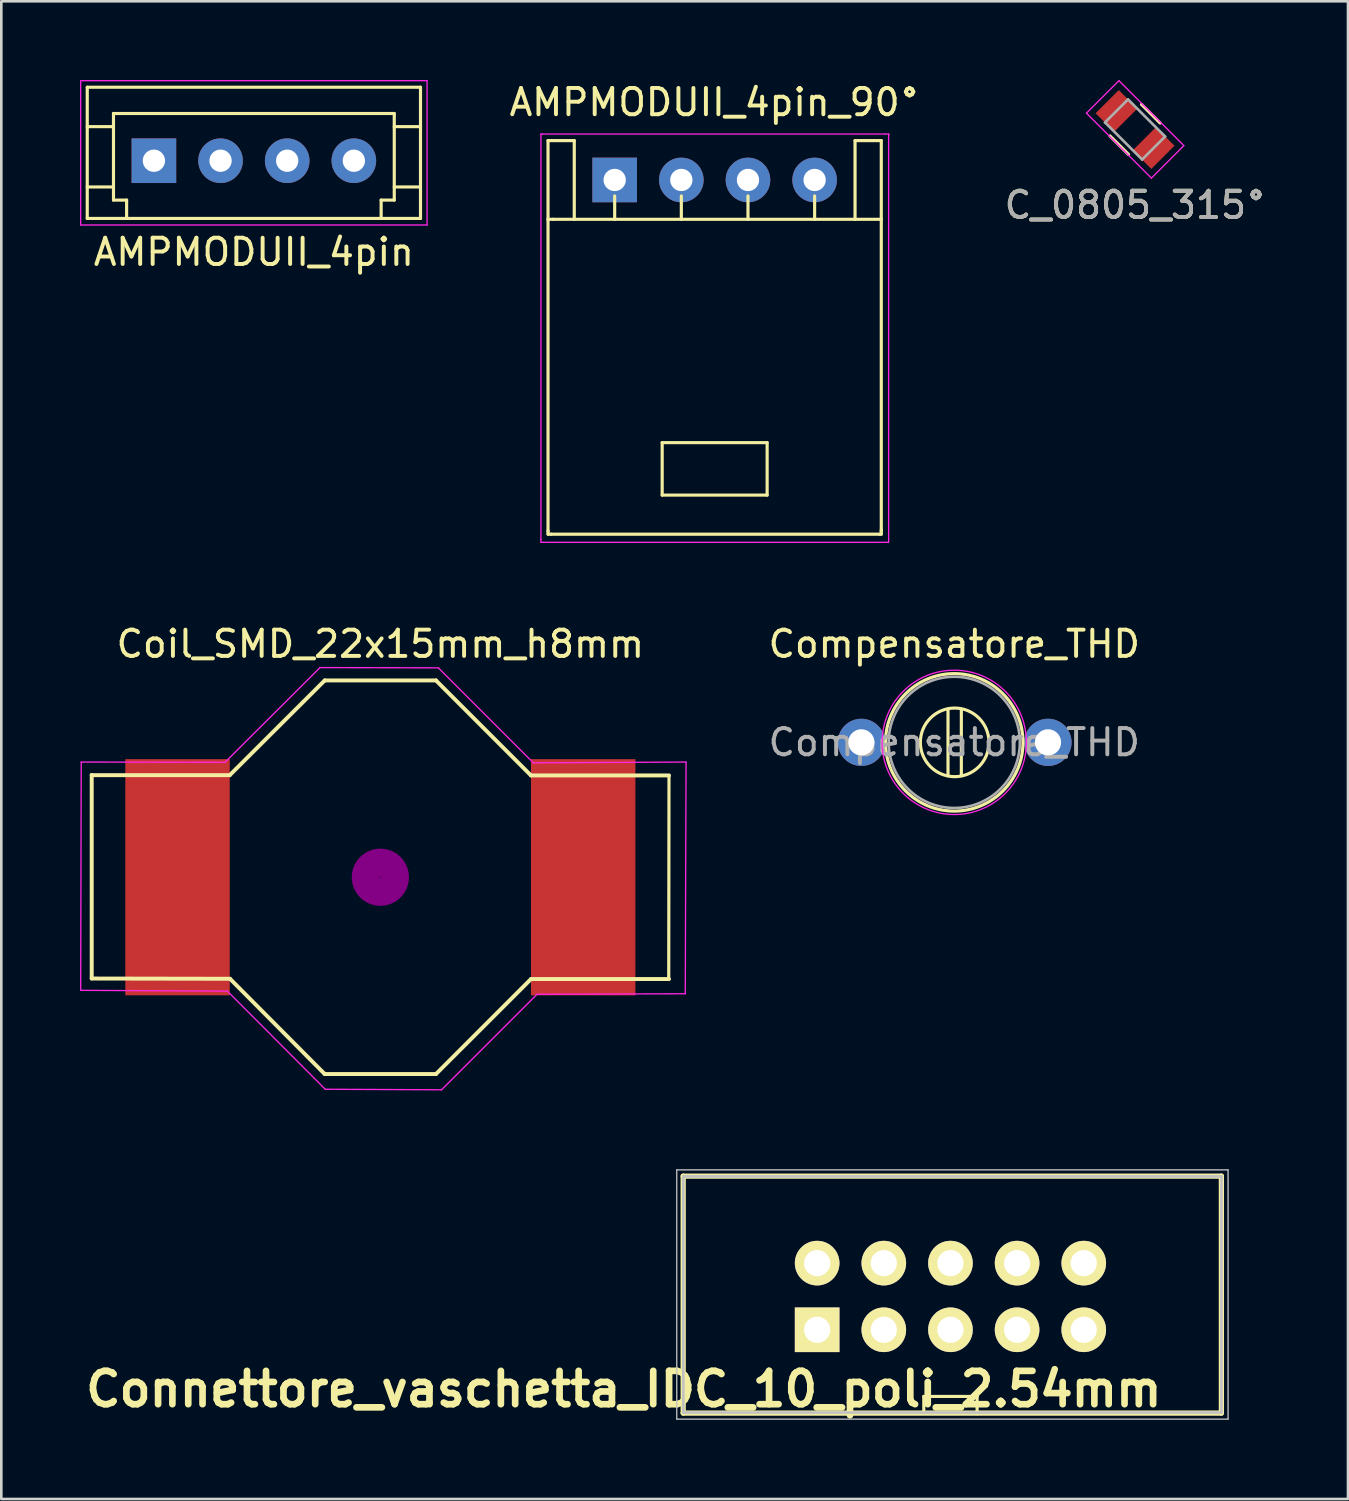
<source format=kicad_pcb>
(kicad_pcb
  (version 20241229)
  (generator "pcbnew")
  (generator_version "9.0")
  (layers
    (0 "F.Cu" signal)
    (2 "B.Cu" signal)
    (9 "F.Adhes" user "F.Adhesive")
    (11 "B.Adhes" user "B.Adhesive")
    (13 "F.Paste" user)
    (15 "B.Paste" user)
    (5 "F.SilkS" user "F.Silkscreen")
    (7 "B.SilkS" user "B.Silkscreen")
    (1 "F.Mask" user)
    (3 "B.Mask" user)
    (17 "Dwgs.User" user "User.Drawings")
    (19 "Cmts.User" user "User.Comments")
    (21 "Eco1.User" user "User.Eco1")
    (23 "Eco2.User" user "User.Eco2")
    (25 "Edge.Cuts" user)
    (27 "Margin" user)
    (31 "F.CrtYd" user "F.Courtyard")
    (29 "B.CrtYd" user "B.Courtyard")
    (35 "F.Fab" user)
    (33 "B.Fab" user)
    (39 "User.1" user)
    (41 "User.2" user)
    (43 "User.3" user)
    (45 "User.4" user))
  (footprint "AMPMODUII_4pin"
    (layer "F.Cu")
    (at 2.815 3.075)
    (property "Reference" "AMPMODUII_4pin" (at 3.81 3.48 180) (layer "F.SilkS") (effects (font (size 1 1) (thickness 0.15))))
    (attr through_hole)
    (fp_line (start -2.54 -2.8) (end 10.16 -2.8) (stroke (width 0.12) (type solid)) (layer "F.SilkS"))
    (fp_line (start -2.54 2.2) (end -2.54 -2.8) (stroke (width 0.12) (type solid)) (layer "F.SilkS"))
    (fp_line (start -2.54 2.2) (end -1.04 2.2) (stroke (width 0.12) (type solid)) (layer "F.SilkS"))
    (fp_line (start -1.54 -1.3) (end -2.54 -1.3) (stroke (width 0.12) (type solid)) (layer "F.SilkS"))
    (fp_line (start -1.54 1) (end -2.54 1) (stroke (width 0.12) (type solid)) (layer "F.SilkS"))
    (fp_line (start -1.54 1.5) (end -1.54 -1.8) (stroke (width 0.12) (type solid)) (layer "F.SilkS"))
    (fp_line (start -1.04 1.5) (end -1.54 1.5) (stroke (width 0.12) (type solid)) (layer "F.SilkS"))
    (fp_line (start -1.04 2.2) (end -1.04 1.5) (stroke (width 0.12) (type solid)) (layer "F.SilkS"))
    (fp_line (start -1.04 2.2) (end 8.66 2.2) (stroke (width 0.12) (type solid)) (layer "F.SilkS"))
    (fp_line (start 8.66 1.5) (end 9.16 1.5) (stroke (width 0.12) (type solid)) (layer "F.SilkS"))
    (fp_line (start 8.66 2.2) (end 8.66 1.5) (stroke (width 0.12) (type solid)) (layer "F.SilkS"))
    (fp_line (start 9.16 -1.8) (end -1.54 -1.8) (stroke (width 0.12) (type solid)) (layer "F.SilkS"))
    (fp_line (start 9.16 -1.3) (end 10.16 -1.3) (stroke (width 0.12) (type solid)) (layer "F.SilkS"))
    (fp_line (start 9.16 1) (end 10.16 1) (stroke (width 0.12) (type solid)) (layer "F.SilkS"))
    (fp_line (start 9.16 1.5) (end 9.16 -1.8) (stroke (width 0.12) (type solid)) (layer "F.SilkS"))
    (fp_line (start 10.16 2.2) (end 8.66 2.2) (stroke (width 0.12) (type solid)) (layer "F.SilkS"))
    (fp_line (start 10.16 2.2) (end 10.16 -2.8) (stroke (width 0.12) (type solid)) (layer "F.SilkS"))
    (fp_line (start -2.79 -3.05) (end -2.79 2.45) (stroke (width 0.05) (type solid)) (layer "F.CrtYd"))
    (fp_line (start -2.79 2.45) (end 10.41 2.45) (stroke (width 0.05) (type solid)) (layer "F.CrtYd"))
    (fp_line (start 10.41 -3.05) (end -2.79 -3.05) (stroke (width 0.05) (type solid)) (layer "F.CrtYd"))
    (fp_line (start 10.41 2.45) (end 10.41 -3.05) (stroke (width 0.05) (type solid)) (layer "F.CrtYd"))
    (pad "1" thru_hole rect (at 0 0 180) (size 1.7 1.7) (drill 0.85) (layers "*.Cu" "*.Mask"))
    (pad "2" thru_hole circle (at 2.54 0 180) (size 1.7 1.7) (drill 0.85) (layers "*.Cu" "*.Mask"))
    (pad "3" thru_hole circle (at 5.08 0 180) (size 1.7 1.7) (drill 0.85) (layers "*.Cu" "*.Mask"))
    (pad "4" thru_hole circle (at 7.62 0 180) (size 1.7 1.7) (drill 0.85) (layers "*.Cu" "*.Mask")))
  (footprint "AMPMODUII_4pin_90°"
    (layer "F.Cu")
    (at 20.375 3.808)
    (property "Reference" "AMPMODUII_4pin_90°" (at 3.81 -2.96 0) (layer "F.SilkS") (effects (font (size 1 1) (thickness 0.15))))
    (attr through_hole)
    (fp_line (start -2.54 -1.5) (end -2.54 1.5) (stroke (width 0.12) (type solid)) (layer "F.SilkS"))
    (fp_line (start -2.54 13.4) (end -2.54 1.5) (stroke (width 0.12) (type solid)) (layer "F.SilkS"))
    (fp_line (start -2.54 13.5) (end -2.54 13.37) (stroke (width 0.12) (type solid)) (layer "F.SilkS"))
    (fp_line (start -2.42 13.5) (end -2.54 13.5) (stroke (width 0.12) (type solid)) (layer "F.SilkS"))
    (fp_line (start -2.42 13.5) (end 10.08 13.5) (stroke (width 0.12) (type solid)) (layer "F.SilkS"))
    (fp_line (start -2.34 1.5) (end -2.54 1.5) (stroke (width 0.12) (type solid)) (layer "F.SilkS"))
    (fp_line (start -1.54 -1.5) (end -2.54 -1.5) (stroke (width 0.12) (type solid)) (layer "F.SilkS"))
    (fp_line (start -1.54 1.5) (end -1.54 -1.5) (stroke (width 0.12) (type solid)) (layer "F.SilkS"))
    (fp_line (start 0 1.5) (end 0 0.61) (stroke (width 0.12) (type solid)) (layer "F.SilkS"))
    (fp_line (start 1.81 10.01) (end 1.81 12.01) (stroke (width 0.12) (type solid)) (layer "F.SilkS"))
    (fp_line (start 1.81 12.01) (end 5.81 12.01) (stroke (width 0.12) (type solid)) (layer "F.SilkS"))
    (fp_line (start 2.54 1.5) (end 2.54 0.61) (stroke (width 0.12) (type solid)) (layer "F.SilkS"))
    (fp_line (start 5.08 1.5) (end 5.08 0.61) (stroke (width 0.12) (type solid)) (layer "F.SilkS"))
    (fp_line (start 5.81 10.01) (end 1.81 10.01) (stroke (width 0.12) (type solid)) (layer "F.SilkS"))
    (fp_line (start 5.81 12.01) (end 5.81 10.01) (stroke (width 0.12) (type solid)) (layer "F.SilkS"))
    (fp_line (start 7.62 1.5) (end 7.62 0.61) (stroke (width 0.12) (type solid)) (layer "F.SilkS"))
    (fp_line (start 9.16 -1.5) (end 10.16 -1.5) (stroke (width 0.12) (type solid)) (layer "F.SilkS"))
    (fp_line (start 9.16 1.5) (end 9.16 -1.5) (stroke (width 0.12) (type solid)) (layer "F.SilkS"))
    (fp_line (start 10.09 13.5) (end 10.16 13.5) (stroke (width 0.12) (type solid)) (layer "F.SilkS"))
    (fp_line (start 10.16 -1.5) (end 10.16 1.5) (stroke (width 0.12) (type solid)) (layer "F.SilkS"))
    (fp_line (start 10.16 1.5) (end -2.34 1.5) (stroke (width 0.12) (type solid)) (layer "F.SilkS"))
    (fp_line (start 10.16 13.4) (end 10.16 1.5) (stroke (width 0.12) (type solid)) (layer "F.SilkS"))
    (fp_line (start 10.16 13.5) (end 10.16 13.34) (stroke (width 0.12) (type solid)) (layer "F.SilkS"))
    (fp_line (start -2.81 13.7) (end -2.81 -1.75) (stroke (width 0.05) (type solid)) (layer "F.CrtYd"))
    (fp_line (start -2.81 13.7) (end -2.81 13.81) (stroke (width 0.05) (type solid)) (layer "F.CrtYd"))
    (fp_line (start -2.81 13.81) (end -2.69 13.81) (stroke (width 0.05) (type solid)) (layer "F.CrtYd"))
    (fp_line (start -2.75 -1.75) (end -2.81 -1.75) (stroke (width 0.05) (type solid)) (layer "F.CrtYd"))
    (fp_line (start -2.75 -1.75) (end 10.3 -1.75) (stroke (width 0.05) (type solid)) (layer "F.CrtYd"))
    (fp_line (start 10.3 -1.75) (end 10.44 -1.75) (stroke (width 0.05) (type solid)) (layer "F.CrtYd"))
    (fp_line (start 10.36 13.81) (end -2.69 13.81) (stroke (width 0.05) (type solid)) (layer "F.CrtYd"))
    (fp_line (start 10.36 13.81) (end 10.44 13.81) (stroke (width 0.05) (type solid)) (layer "F.CrtYd"))
    (fp_line (start 10.44 -1.75) (end 10.44 -1.7) (stroke (width 0.05) (type solid)) (layer "F.CrtYd"))
    (fp_line (start 10.44 -1.74) (end 10.44 13.7) (stroke (width 0.05) (type solid)) (layer "F.CrtYd"))
    (fp_line (start 10.44 13.81) (end 10.44 13.7) (stroke (width 0.05) (type solid)) (layer "F.CrtYd"))
    (pad "1" thru_hole rect (at 0 0) (size 1.7 1.7) (drill 0.85) (layers "*.Cu" "*.Mask"))
    (pad "2" thru_hole circle (at 2.54 0) (size 1.7 1.7) (drill 0.85) (layers "*.Cu" "*.Mask"))
    (pad "3" thru_hole circle (at 5.08 0) (size 1.7 1.7) (drill 0.85) (layers "*.Cu" "*.Mask"))
    (pad "4" thru_hole circle (at 7.62 0) (size 1.7 1.7) (drill 0.85) (layers "*.Cu" "*.Mask")))
  (footprint "Compensatore_THD"
    (layer "F.Cu")
    (at 29.776 25.241)
    (property "Reference" "Compensatore_THD" (at 3.54 -3.75 0) (layer "F.SilkS") (effects (font (size 1 1) (thickness 0.15))))
    (attr through_hole)
    (fp_line (start 3.302 -1.27) (end 3.302 1.27) (stroke (width 0.12) (type solid)) (layer "F.SilkS"))
    (fp_line (start 3.81 -1.27) (end 3.81 1.27) (stroke (width 0.12) (type solid)) (layer "F.SilkS"))
    (fp_circle (center 3.54 0) (end 6.16 0) (stroke (width 0.12) (type solid)) (fill no) (layer "F.SilkS"))
    (fp_circle (center 3.556 0) (end 4.699 0.635) (stroke (width 0.12) (type solid)) (fill no) (layer "F.SilkS"))
    (fp_circle (center 3.54 0) (end 6.29 0) (stroke (width 0.05) (type solid)) (fill no) (layer "F.CrtYd"))
    (fp_circle (center 3.54 0) (end 6.04 0) (stroke (width 0.1) (type solid)) (fill no) (layer "F.Fab"))
    (fp_text user "${REFERENCE}" (at 3.54 0 0) (layer "F.Fab") (effects (font (size 1 1) (thickness 0.15))))
    (pad "1" thru_hole circle (at 0 0) (size 1.8 1.8) (drill 1) (layers "*.Cu" "*.Mask"))
    (pad "2" thru_hole circle (at 7.112 0) (size 1.8 1.8) (drill 1) (layers "*.Cu" "*.Mask")))
  (footprint "Connettore_vaschetta_IDC_10_poli_2.54mm"
    (layer "F.Cu")
    (at 28.091 47.627)
    (property "Reference" "Connettore_vaschetta_IDC_10_poli_2.54mm" (at -7.366 2.261 0) (layer "F.SilkS") (effects (font (size 1.27 1.27) (thickness 0.254))))
    (attr through_hole)
    (fp_line (start -5.105 -5.855) (end -5.105 3.175) (stroke (width 0.2) (type solid)) (layer "F.SilkS"))
    (fp_line (start -5.105 3.175) (end 15.405 3.175) (stroke (width 0.2) (type solid)) (layer "F.SilkS"))
    (fp_line (start 4.064 2.54) (end 6.096 2.54) (stroke (width 0.12) (type solid)) (layer "F.SilkS"))
    (fp_line (start 4.064 3.175) (end 4.064 2.54) (stroke (width 0.12) (type solid)) (layer "F.SilkS"))
    (fp_line (start 6.096 2.54) (end 6.096 3.2) (stroke (width 0.12) (type solid)) (layer "F.SilkS"))
    (fp_line (start 15.405 -5.855) (end -5.105 -5.855) (stroke (width 0.2) (type solid)) (layer "F.SilkS"))
    (fp_line (start 15.405 3.175) (end 15.405 -5.855) (stroke (width 0.2) (type solid)) (layer "F.SilkS"))
    (fp_line (start -5.35 -6.095) (end 15.66 -6.095) (stroke (width 0.05) (type solid)) (layer "Dwgs.User"))
    (fp_line (start -5.35 3.405) (end -5.35 -6.095) (stroke (width 0.05) (type solid)) (layer "Dwgs.User"))
    (fp_line (start -5.1 -5.845) (end 15.41 -5.845) (stroke (width 0.1) (type solid)) (layer "Dwgs.User"))
    (fp_line (start -5.1 3.155) (end -5.1 -5.845) (stroke (width 0.1) (type solid)) (layer "Dwgs.User"))
    (fp_line (start 15.41 -5.845) (end 15.41 3.155) (stroke (width 0.1) (type solid)) (layer "Dwgs.User"))
    (fp_line (start 15.41 3.155) (end -5.1 3.155) (stroke (width 0.1) (type solid)) (layer "Dwgs.User"))
    (fp_line (start 15.66 -6.095) (end 15.66 3.405) (stroke (width 0.05) (type solid)) (layer "Dwgs.User"))
    (fp_line (start 15.66 3.405) (end -5.35 3.405) (stroke (width 0.05) (type solid)) (layer "Dwgs.User"))
    (pad "1" thru_hole rect (at 0 0 90) (size 1.7 1.7) (drill 1) (layers "*.Cu" "*.Mask" "F.SilkS"))
    (pad "2" thru_hole circle (at 0 -2.54 90) (size 1.7 1.7) (drill 1) (layers "*.Cu" "*.Mask" "F.SilkS"))
    (pad "3" thru_hole circle (at 2.54 0 90) (size 1.7 1.7) (drill 1) (layers "*.Cu" "*.Mask" "F.SilkS"))
    (pad "4" thru_hole circle (at 2.54 -2.54 90) (size 1.7 1.7) (drill 1) (layers "*.Cu" "*.Mask" "F.SilkS"))
    (pad "5" thru_hole circle (at 5.08 0 90) (size 1.7 1.7) (drill 1) (layers "*.Cu" "*.Mask" "F.SilkS"))
    (pad "6" thru_hole circle (at 5.08 -2.54 90) (size 1.7 1.7) (drill 1) (layers "*.Cu" "*.Mask" "F.SilkS"))
    (pad "7" thru_hole circle (at 7.62 0 90) (size 1.7 1.7) (drill 1) (layers "*.Cu" "*.Mask" "F.SilkS"))
    (pad "8" thru_hole circle (at 7.62 -2.54 90) (size 1.7 1.7) (drill 1) (layers "*.Cu" "*.Mask" "F.SilkS"))
    (pad "9" thru_hole circle (at 10.16 0 90) (size 1.7 1.7) (drill 1) (layers "*.Cu" "*.Mask" "F.SilkS"))
    (pad "10" thru_hole circle (at 10.16 -2.54 90) (size 1.7 1.7) (drill 1) (layers "*.Cu" "*.Mask" "F.SilkS")))
  (footprint "C_0805_315°"
    (layer "F.Cu")
    (at 40.21 1.886)
    (property "Reference" "C_0805_315°" (at 0.01 2.88 0) (layer "F.SilkS") (effects (font (size 1 1) (thickness 0.15))))
    (attr smd)
    (fp_line (start -0.958 0.246) (end -0.251 0.953) (stroke (width 0.12) (type solid)) (layer "F.SilkS"))
    (fp_line (start 0.951 -0.249) (end 0.244 -0.956) (stroke (width 0.12) (type solid)) (layer "F.SilkS"))
    (fp_line (start -0.619 -1.861) (end -1.856 -0.624) (stroke (width 0.05) (type solid)) (layer "F.CrtYd"))
    (fp_line (start -0.619 -1.861) (end 1.856 0.614) (stroke (width 0.05) (type solid)) (layer "F.CrtYd"))
    (fp_line (start 0.619 1.851) (end -1.856 -0.624) (stroke (width 0.05) (type solid)) (layer "F.CrtYd"))
    (fp_line (start 0.619 1.851) (end 1.856 0.614) (stroke (width 0.05) (type solid)) (layer "F.CrtYd"))
    (fp_line (start -1.149 -0.27) (end -0.272 -1.147) (stroke (width 0.1) (type solid)) (layer "F.Fab"))
    (fp_line (start -0.272 -1.147) (end 1.142 0.267) (stroke (width 0.1) (type solid)) (layer "F.Fab"))
    (fp_line (start 0.265 1.144) (end -1.149 -0.27) (stroke (width 0.1) (type solid)) (layer "F.Fab"))
    (fp_line (start 1.142 0.267) (end 0.265 1.144) (stroke (width 0.1) (type solid)) (layer "F.Fab"))
    (fp_text user "${REFERENCE}" (at 0.01 2.88 0) (layer "F.Fab") (effects (font (size 1 1) (thickness 0.15))))
    (pad "1" smd rect (at -0.711 -0.709 315) (size 1 1.25) (layers "F.Cu" "F.Mask" "F.Paste"))
    (pad "2" smd rect (at 0.704 0.706 315) (size 1 1.25) (layers "F.Cu" "F.Mask" "F.Paste")))
  (footprint "Coil_SMD_22x15mm_h8mm"
    (layer "F.Cu")
    (at 11.445 30.381)
    (property "Reference" "Coil_SMD_22x15mm_h8mm" (at 0 -8.89 0) (layer "F.SilkS") (effects (font (size 1 1) (thickness 0.15))))
    (attr smd)
    (fp_line (start -11 -3.9) (end -11 3.86) (stroke (width 0.15) (type solid)) (layer "F.SilkS"))
    (fp_line (start -11 -3.89) (end -5.74 -3.89) (stroke (width 0.15) (type solid)) (layer "F.SilkS"))
    (fp_line (start -11 3.86) (end -5.73 3.87) (stroke (width 0.15) (type solid)) (layer "F.SilkS"))
    (fp_line (start -5.74 -3.89) (end -2.12 -7.5) (stroke (width 0.15) (type solid)) (layer "F.SilkS"))
    (fp_line (start -5.73 3.87) (end -2.12 7.5) (stroke (width 0.15) (type solid)) (layer "F.SilkS"))
    (fp_line (start -2.12 7.5) (end 2.12 7.5) (stroke (width 0.15) (type solid)) (layer "F.SilkS"))
    (fp_line (start 2.12 -7.5) (end -2.12 -7.5) (stroke (width 0.15) (type solid)) (layer "F.SilkS"))
    (fp_line (start 5.74 -3.88) (end 2.12 -7.5) (stroke (width 0.15) (type solid)) (layer "F.SilkS"))
    (fp_line (start 5.74 3.88) (end 2.12 7.5) (stroke (width 0.15) (type solid)) (layer "F.SilkS"))
    (fp_line (start 11 -3.88) (end 5.74 -3.88) (stroke (width 0.15) (type solid)) (layer "F.SilkS"))
    (fp_line (start 11 -3.88) (end 10.99 3.88) (stroke (width 0.12) (type solid)) (layer "F.SilkS"))
    (fp_line (start 11 3.88) (end 5.74 3.88) (stroke (width 0.15) (type solid)) (layer "F.SilkS"))
    (fp_circle (center 0 0) (end 0.15 0.15) (stroke (width 0.381) (type solid)) (fill no) (layer "F.Adhes"))
    (fp_circle (center 0 0) (end 0.551 0) (stroke (width 0.381) (type solid)) (fill no) (layer "F.Adhes"))
    (fp_circle (center 0 0) (end 0.899 0) (stroke (width 0.381) (type solid)) (fill no) (layer "F.Adhes"))
    (fp_line (start -11.42 4.31) (end -5.83 4.34) (stroke (width 0.05) (type solid)) (layer "F.CrtYd"))
    (fp_line (start -11.4 -4.39) (end -11.42 4.31) (stroke (width 0.05) (type solid)) (layer "F.CrtYd"))
    (fp_line (start -5.92 -4.38) (end -11.4 -4.39) (stroke (width 0.05) (type solid)) (layer "F.CrtYd"))
    (fp_line (start -5.83 4.34) (end -2.1 8.08) (stroke (width 0.05) (type solid)) (layer "F.CrtYd"))
    (fp_line (start -2.3 -7.99) (end -5.92 -4.38) (stroke (width 0.05) (type solid)) (layer "F.CrtYd"))
    (fp_line (start -2.1 8.08) (end 2.34 8.1) (stroke (width 0.05) (type solid)) (layer "F.CrtYd"))
    (fp_line (start 2.21 -7.98) (end -2.3 -7.99) (stroke (width 0.05) (type solid)) (layer "F.CrtYd"))
    (fp_line (start 2.33 8.1) (end 5.97 4.46) (stroke (width 0.05) (type solid)) (layer "F.CrtYd"))
    (fp_line (start 5.83 -4.36) (end 2.21 -7.98) (stroke (width 0.05) (type solid)) (layer "F.CrtYd"))
    (fp_line (start 5.97 4.46) (end 11.62 4.44) (stroke (width 0.05) (type solid)) (layer "F.CrtYd"))
    (fp_line (start 11.62 4.44) (end 11.65 -4.39) (stroke (width 0.05) (type solid)) (layer "F.CrtYd"))
    (fp_line (start 11.65 -4.39) (end 5.83 -4.36) (stroke (width 0.05) (type solid)) (layer "F.CrtYd"))
    (pad "1" smd rect (at -7.73 0) (size 3.98 9) (layers "F.Cu" "F.Mask" "F.Paste"))
    (pad "2" smd rect (at 7.73 0) (size 3.98 9) (layers "F.Cu" "F.Mask" "F.Paste")))
  (gr_rect
    (start -3 -3)
    (end 48.321 54.076)
    (stroke (width 0.1) (type default))
    (fill no)
    (layer "Edge.Cuts")))
</source>
